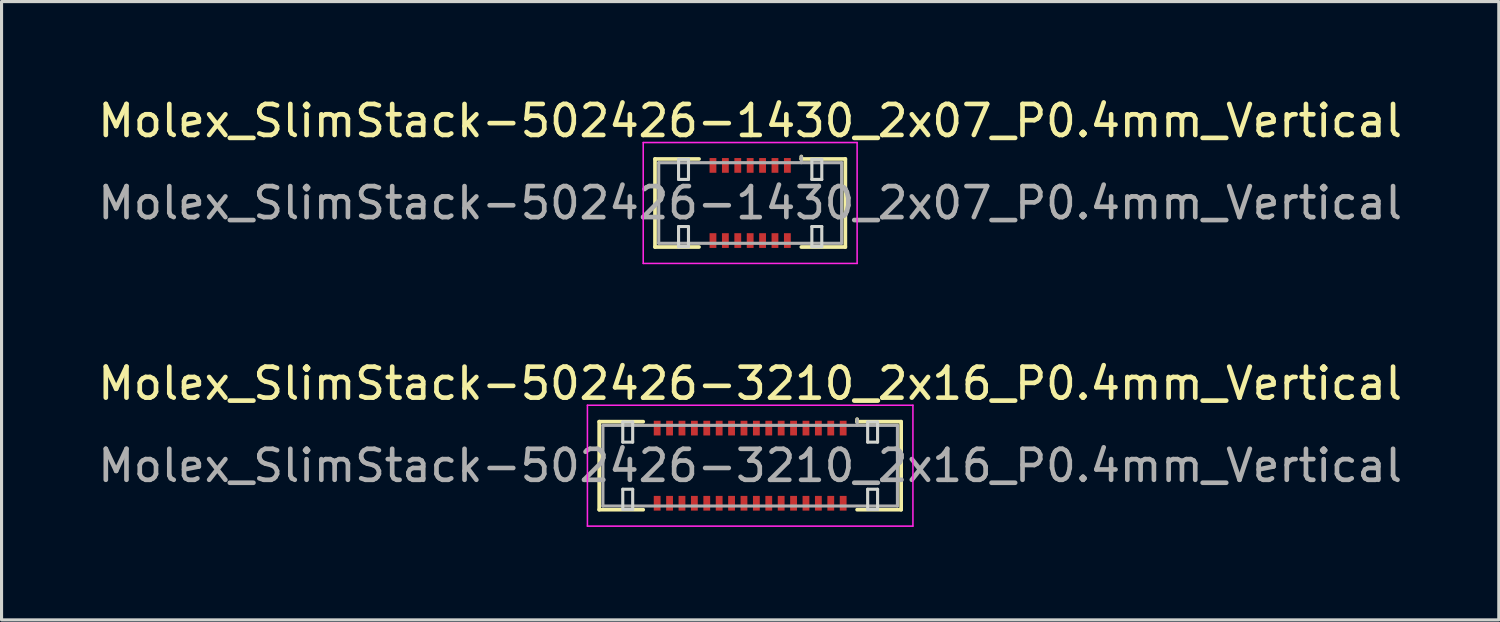
<source format=kicad_pcb>
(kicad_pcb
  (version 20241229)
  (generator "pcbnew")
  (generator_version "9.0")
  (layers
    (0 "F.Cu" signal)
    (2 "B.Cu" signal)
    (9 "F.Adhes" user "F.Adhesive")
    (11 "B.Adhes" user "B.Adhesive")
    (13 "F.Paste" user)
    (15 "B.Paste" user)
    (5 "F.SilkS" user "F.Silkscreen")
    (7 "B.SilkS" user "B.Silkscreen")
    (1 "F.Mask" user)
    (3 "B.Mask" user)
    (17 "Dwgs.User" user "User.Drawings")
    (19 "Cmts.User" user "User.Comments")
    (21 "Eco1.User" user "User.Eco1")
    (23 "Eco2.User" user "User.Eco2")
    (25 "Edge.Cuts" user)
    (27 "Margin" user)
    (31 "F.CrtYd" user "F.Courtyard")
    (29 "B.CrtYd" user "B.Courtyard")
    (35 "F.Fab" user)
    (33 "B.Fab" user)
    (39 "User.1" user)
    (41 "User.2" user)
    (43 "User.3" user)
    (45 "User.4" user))
  (footprint "Molex_SlimStack-502426-3210_2x16_P0.4mm_Vertical"
    (layer "F.Cu")
    (at 21.149 11.972)
    (property "Reference" "Molex_SlimStack-502426-3210_2x16_P0.4mm_Vertical" (at 0 -2.65 0) (layer "F.SilkS") (effects (font (size 1 1) (thickness 0.15))))
    (attr smd)
    (fp_line (start -4.87 -1.42) (end -3.45 -1.42) (stroke (width 0.12) (type solid)) (layer "F.SilkS"))
    (fp_line (start -4.87 1.42) (end -4.87 -1.42) (stroke (width 0.12) (type solid)) (layer "F.SilkS"))
    (fp_line (start -3.45 1.42) (end -4.87 1.42) (stroke (width 0.12) (type solid)) (layer "F.SilkS"))
    (fp_line (start 3.45 -1.42) (end 3.45 -1.5) (stroke (width 0.12) (type solid)) (layer "F.SilkS"))
    (fp_line (start 3.45 1.42) (end 4.87 1.42) (stroke (width 0.12) (type solid)) (layer "F.SilkS"))
    (fp_line (start 4.87 -1.42) (end 3.45 -1.42) (stroke (width 0.12) (type solid)) (layer "F.SilkS"))
    (fp_line (start 4.87 1.42) (end 4.87 -1.42) (stroke (width 0.12) (type solid)) (layer "F.SilkS"))
    (fp_line (start -4.11 -1.41) (end -4.11 -0.76) (stroke (width 0.1) (type solid)) (layer "Edge.Cuts"))
    (fp_line (start -4.11 -0.76) (end -3.79 -0.76) (stroke (width 0.1) (type solid)) (layer "Edge.Cuts"))
    (fp_line (start -4.11 0.76) (end -4.11 1.41) (stroke (width 0.1) (type solid)) (layer "Edge.Cuts"))
    (fp_line (start -4.11 1.41) (end -3.79 1.41) (stroke (width 0.1) (type solid)) (layer "Edge.Cuts"))
    (fp_line (start -3.79 -1.41) (end -4.11 -1.41) (stroke (width 0.1) (type solid)) (layer "Edge.Cuts"))
    (fp_line (start -3.79 -0.76) (end -3.79 -1.41) (stroke (width 0.1) (type solid)) (layer "Edge.Cuts"))
    (fp_line (start -3.79 0.76) (end -4.11 0.76) (stroke (width 0.1) (type solid)) (layer "Edge.Cuts"))
    (fp_line (start -3.79 1.41) (end -3.79 0.76) (stroke (width 0.1) (type solid)) (layer "Edge.Cuts"))
    (fp_line (start 3.79 -1.41) (end 3.79 -0.76) (stroke (width 0.1) (type solid)) (layer "Edge.Cuts"))
    (fp_line (start 3.79 -0.76) (end 4.11 -0.76) (stroke (width 0.1) (type solid)) (layer "Edge.Cuts"))
    (fp_line (start 3.79 0.76) (end 3.79 1.41) (stroke (width 0.1) (type solid)) (layer "Edge.Cuts"))
    (fp_line (start 3.79 1.41) (end 4.11 1.41) (stroke (width 0.1) (type solid)) (layer "Edge.Cuts"))
    (fp_line (start 4.11 -1.41) (end 3.79 -1.41) (stroke (width 0.1) (type solid)) (layer "Edge.Cuts"))
    (fp_line (start 4.11 -0.76) (end 4.11 -1.41) (stroke (width 0.1) (type solid)) (layer "Edge.Cuts"))
    (fp_line (start 4.11 0.76) (end 3.79 0.76) (stroke (width 0.1) (type solid)) (layer "Edge.Cuts"))
    (fp_line (start 4.11 1.41) (end 4.11 0.76) (stroke (width 0.1) (type solid)) (layer "Edge.Cuts"))
    (fp_line (start -5.25 -1.95) (end -5.25 1.95) (stroke (width 0.05) (type solid)) (layer "F.CrtYd"))
    (fp_line (start -5.25 1.95) (end 5.25 1.95) (stroke (width 0.05) (type solid)) (layer "F.CrtYd"))
    (fp_line (start 5.25 -1.95) (end -5.25 -1.95) (stroke (width 0.05) (type solid)) (layer "F.CrtYd"))
    (fp_line (start 5.25 1.95) (end 5.25 -1.95) (stroke (width 0.05) (type solid)) (layer "F.CrtYd"))
    (fp_line (start -4.75 -1.3) (end -4.75 1.3) (stroke (width 0.1) (type solid)) (layer "F.Fab"))
    (fp_line (start -4.75 1.3) (end 4.75 1.3) (stroke (width 0.1) (type solid)) (layer "F.Fab"))
    (fp_line (start 3.45 -1.3) (end 3.45 -1.5) (stroke (width 0.1) (type solid)) (layer "F.Fab"))
    (fp_line (start 4.75 -1.3) (end -4.75 -1.3) (stroke (width 0.1) (type solid)) (layer "F.Fab"))
    (fp_line (start 4.75 1.3) (end 4.75 -1.3) (stroke (width 0.1) (type solid)) (layer "F.Fab"))
    (fp_text user "${REFERENCE}" (at 0 0 0) (layer "F.Fab") (effects (font (size 1 1) (thickness 0.15))))
    (pad "1" smd rect (at 3 -1.212) (size 0.22 0.475) (layers "F.Cu" "F.Mask" "F.Paste"))
    (pad "2" smd rect (at 3 1.212) (size 0.22 0.475) (layers "F.Cu" "F.Mask" "F.Paste"))
    (pad "3" smd rect (at 2.6 -1.212) (size 0.22 0.475) (layers "F.Cu" "F.Mask" "F.Paste"))
    (pad "4" smd rect (at 2.6 1.212) (size 0.22 0.475) (layers "F.Cu" "F.Mask" "F.Paste"))
    (pad "5" smd rect (at 2.2 -1.212) (size 0.22 0.475) (layers "F.Cu" "F.Mask" "F.Paste"))
    (pad "6" smd rect (at 2.2 1.212) (size 0.22 0.475) (layers "F.Cu" "F.Mask" "F.Paste"))
    (pad "7" smd rect (at 1.8 -1.212) (size 0.22 0.475) (layers "F.Cu" "F.Mask" "F.Paste"))
    (pad "8" smd rect (at 1.8 1.212) (size 0.22 0.475) (layers "F.Cu" "F.Mask" "F.Paste"))
    (pad "9" smd rect (at 1.4 -1.212) (size 0.22 0.475) (layers "F.Cu" "F.Mask" "F.Paste"))
    (pad "10" smd rect (at 1.4 1.212) (size 0.22 0.475) (layers "F.Cu" "F.Mask" "F.Paste"))
    (pad "11" smd rect (at 1 -1.212) (size 0.22 0.475) (layers "F.Cu" "F.Mask" "F.Paste"))
    (pad "12" smd rect (at 1 1.212) (size 0.22 0.475) (layers "F.Cu" "F.Mask" "F.Paste"))
    (pad "13" smd rect (at 0.6 -1.212) (size 0.22 0.475) (layers "F.Cu" "F.Mask" "F.Paste"))
    (pad "14" smd rect (at 0.6 1.212) (size 0.22 0.475) (layers "F.Cu" "F.Mask" "F.Paste"))
    (pad "15" smd rect (at 0.2 -1.212) (size 0.22 0.475) (layers "F.Cu" "F.Mask" "F.Paste"))
    (pad "16" smd rect (at 0.2 1.212) (size 0.22 0.475) (layers "F.Cu" "F.Mask" "F.Paste"))
    (pad "17" smd rect (at -0.2 -1.212) (size 0.22 0.475) (layers "F.Cu" "F.Mask" "F.Paste"))
    (pad "18" smd rect (at -0.2 1.212) (size 0.22 0.475) (layers "F.Cu" "F.Mask" "F.Paste"))
    (pad "19" smd rect (at -0.6 -1.212) (size 0.22 0.475) (layers "F.Cu" "F.Mask" "F.Paste"))
    (pad "20" smd rect (at -0.6 1.212) (size 0.22 0.475) (layers "F.Cu" "F.Mask" "F.Paste"))
    (pad "21" smd rect (at -1 -1.212) (size 0.22 0.475) (layers "F.Cu" "F.Mask" "F.Paste"))
    (pad "22" smd rect (at -1 1.212) (size 0.22 0.475) (layers "F.Cu" "F.Mask" "F.Paste"))
    (pad "23" smd rect (at -1.4 -1.212) (size 0.22 0.475) (layers "F.Cu" "F.Mask" "F.Paste"))
    (pad "24" smd rect (at -1.4 1.212) (size 0.22 0.475) (layers "F.Cu" "F.Mask" "F.Paste"))
    (pad "25" smd rect (at -1.8 -1.212) (size 0.22 0.475) (layers "F.Cu" "F.Mask" "F.Paste"))
    (pad "26" smd rect (at -1.8 1.212) (size 0.22 0.475) (layers "F.Cu" "F.Mask" "F.Paste"))
    (pad "27" smd rect (at -2.2 -1.212) (size 0.22 0.475) (layers "F.Cu" "F.Mask" "F.Paste"))
    (pad "28" smd rect (at -2.2 1.212) (size 0.22 0.475) (layers "F.Cu" "F.Mask" "F.Paste"))
    (pad "29" smd rect (at -2.6 -1.212) (size 0.22 0.475) (layers "F.Cu" "F.Mask" "F.Paste"))
    (pad "30" smd rect (at -2.6 1.212) (size 0.22 0.475) (layers "F.Cu" "F.Mask" "F.Paste"))
    (pad "31" smd rect (at -3 -1.212) (size 0.22 0.475) (layers "F.Cu" "F.Mask" "F.Paste"))
    (pad "32" smd rect (at -3 1.212) (size 0.22 0.475) (layers "F.Cu" "F.Mask" "F.Paste")))
  (footprint "Molex_SlimStack-502426-1430_2x07_P0.4mm_Vertical"
    (layer "F.Cu")
    (at 21.149 3.498)
    (property "Reference" "Molex_SlimStack-502426-1430_2x07_P0.4mm_Vertical" (at 0 -2.65 0) (layer "F.SilkS") (effects (font (size 1 1) (thickness 0.15))))
    (attr smd)
    (fp_line (start -3.07 -1.42) (end -1.65 -1.42) (stroke (width 0.12) (type solid)) (layer "F.SilkS"))
    (fp_line (start -3.07 1.42) (end -3.07 -1.42) (stroke (width 0.12) (type solid)) (layer "F.SilkS"))
    (fp_line (start -1.65 1.42) (end -3.07 1.42) (stroke (width 0.12) (type solid)) (layer "F.SilkS"))
    (fp_line (start 1.65 -1.42) (end 1.65 -1.5) (stroke (width 0.12) (type solid)) (layer "F.SilkS"))
    (fp_line (start 1.65 1.42) (end 3.07 1.42) (stroke (width 0.12) (type solid)) (layer "F.SilkS"))
    (fp_line (start 3.07 -1.42) (end 1.65 -1.42) (stroke (width 0.12) (type solid)) (layer "F.SilkS"))
    (fp_line (start 3.07 1.42) (end 3.07 -1.42) (stroke (width 0.12) (type solid)) (layer "F.SilkS"))
    (fp_line (start -2.31 -1.41) (end -2.31 -0.76) (stroke (width 0.1) (type solid)) (layer "Edge.Cuts"))
    (fp_line (start -2.31 -0.76) (end -1.99 -0.76) (stroke (width 0.1) (type solid)) (layer "Edge.Cuts"))
    (fp_line (start -2.31 0.76) (end -2.31 1.41) (stroke (width 0.1) (type solid)) (layer "Edge.Cuts"))
    (fp_line (start -2.31 1.41) (end -1.99 1.41) (stroke (width 0.1) (type solid)) (layer "Edge.Cuts"))
    (fp_line (start -1.99 -1.41) (end -2.31 -1.41) (stroke (width 0.1) (type solid)) (layer "Edge.Cuts"))
    (fp_line (start -1.99 -0.76) (end -1.99 -1.41) (stroke (width 0.1) (type solid)) (layer "Edge.Cuts"))
    (fp_line (start -1.99 0.76) (end -2.31 0.76) (stroke (width 0.1) (type solid)) (layer "Edge.Cuts"))
    (fp_line (start -1.99 1.41) (end -1.99 0.76) (stroke (width 0.1) (type solid)) (layer "Edge.Cuts"))
    (fp_line (start 1.99 -1.41) (end 1.99 -0.76) (stroke (width 0.1) (type solid)) (layer "Edge.Cuts"))
    (fp_line (start 1.99 -0.76) (end 2.31 -0.76) (stroke (width 0.1) (type solid)) (layer "Edge.Cuts"))
    (fp_line (start 1.99 0.76) (end 1.99 1.41) (stroke (width 0.1) (type solid)) (layer "Edge.Cuts"))
    (fp_line (start 1.99 1.41) (end 2.31 1.41) (stroke (width 0.1) (type solid)) (layer "Edge.Cuts"))
    (fp_line (start 2.31 -1.41) (end 1.99 -1.41) (stroke (width 0.1) (type solid)) (layer "Edge.Cuts"))
    (fp_line (start 2.31 -0.76) (end 2.31 -1.41) (stroke (width 0.1) (type solid)) (layer "Edge.Cuts"))
    (fp_line (start 2.31 0.76) (end 1.99 0.76) (stroke (width 0.1) (type solid)) (layer "Edge.Cuts"))
    (fp_line (start 2.31 1.41) (end 2.31 0.76) (stroke (width 0.1) (type solid)) (layer "Edge.Cuts"))
    (fp_line (start -3.45 -1.95) (end -3.45 1.95) (stroke (width 0.05) (type solid)) (layer "F.CrtYd"))
    (fp_line (start -3.45 1.95) (end 3.45 1.95) (stroke (width 0.05) (type solid)) (layer "F.CrtYd"))
    (fp_line (start 3.45 -1.95) (end -3.45 -1.95) (stroke (width 0.05) (type solid)) (layer "F.CrtYd"))
    (fp_line (start 3.45 1.95) (end 3.45 -1.95) (stroke (width 0.05) (type solid)) (layer "F.CrtYd"))
    (fp_line (start -2.95 -1.3) (end -2.95 1.3) (stroke (width 0.1) (type solid)) (layer "F.Fab"))
    (fp_line (start -2.95 1.3) (end 2.95 1.3) (stroke (width 0.1) (type solid)) (layer "F.Fab"))
    (fp_line (start 1.65 -1.3) (end 1.65 -1.5) (stroke (width 0.1) (type solid)) (layer "F.Fab"))
    (fp_line (start 2.95 -1.3) (end -2.95 -1.3) (stroke (width 0.1) (type solid)) (layer "F.Fab"))
    (fp_line (start 2.95 1.3) (end 2.95 -1.3) (stroke (width 0.1) (type solid)) (layer "F.Fab"))
    (fp_text user "${REFERENCE}" (at 0 0 0) (layer "F.Fab") (effects (font (size 1 1) (thickness 0.15))))
    (pad "1" smd rect (at 1.2 -1.212) (size 0.22 0.475) (layers "F.Cu" "F.Mask" "F.Paste"))
    (pad "2" smd rect (at 1.2 1.212) (size 0.22 0.475) (layers "F.Cu" "F.Mask" "F.Paste"))
    (pad "3" smd rect (at 0.8 -1.212) (size 0.22 0.475) (layers "F.Cu" "F.Mask" "F.Paste"))
    (pad "4" smd rect (at 0.8 1.212) (size 0.22 0.475) (layers "F.Cu" "F.Mask" "F.Paste"))
    (pad "5" smd rect (at 0.4 -1.212) (size 0.22 0.475) (layers "F.Cu" "F.Mask" "F.Paste"))
    (pad "6" smd rect (at 0.4 1.212) (size 0.22 0.475) (layers "F.Cu" "F.Mask" "F.Paste"))
    (pad "7" smd rect (at 0 -1.212) (size 0.22 0.475) (layers "F.Cu" "F.Mask" "F.Paste"))
    (pad "8" smd rect (at 0 1.212) (size 0.22 0.475) (layers "F.Cu" "F.Mask" "F.Paste"))
    (pad "9" smd rect (at -0.4 -1.212) (size 0.22 0.475) (layers "F.Cu" "F.Mask" "F.Paste"))
    (pad "10" smd rect (at -0.4 1.212) (size 0.22 0.475) (layers "F.Cu" "F.Mask" "F.Paste"))
    (pad "11" smd rect (at -0.8 -1.212) (size 0.22 0.475) (layers "F.Cu" "F.Mask" "F.Paste"))
    (pad "12" smd rect (at -0.8 1.212) (size 0.22 0.475) (layers "F.Cu" "F.Mask" "F.Paste"))
    (pad "13" smd rect (at -1.2 -1.212) (size 0.22 0.475) (layers "F.Cu" "F.Mask" "F.Paste"))
    (pad "14" smd rect (at -1.2 1.212) (size 0.22 0.475) (layers "F.Cu" "F.Mask" "F.Paste")))
  (gr_rect
    (start -3 -3)
    (end 45.298 16.947)
    (stroke (width 0.1) (type default))
    (fill no)
    (layer "Edge.Cuts")))
</source>
